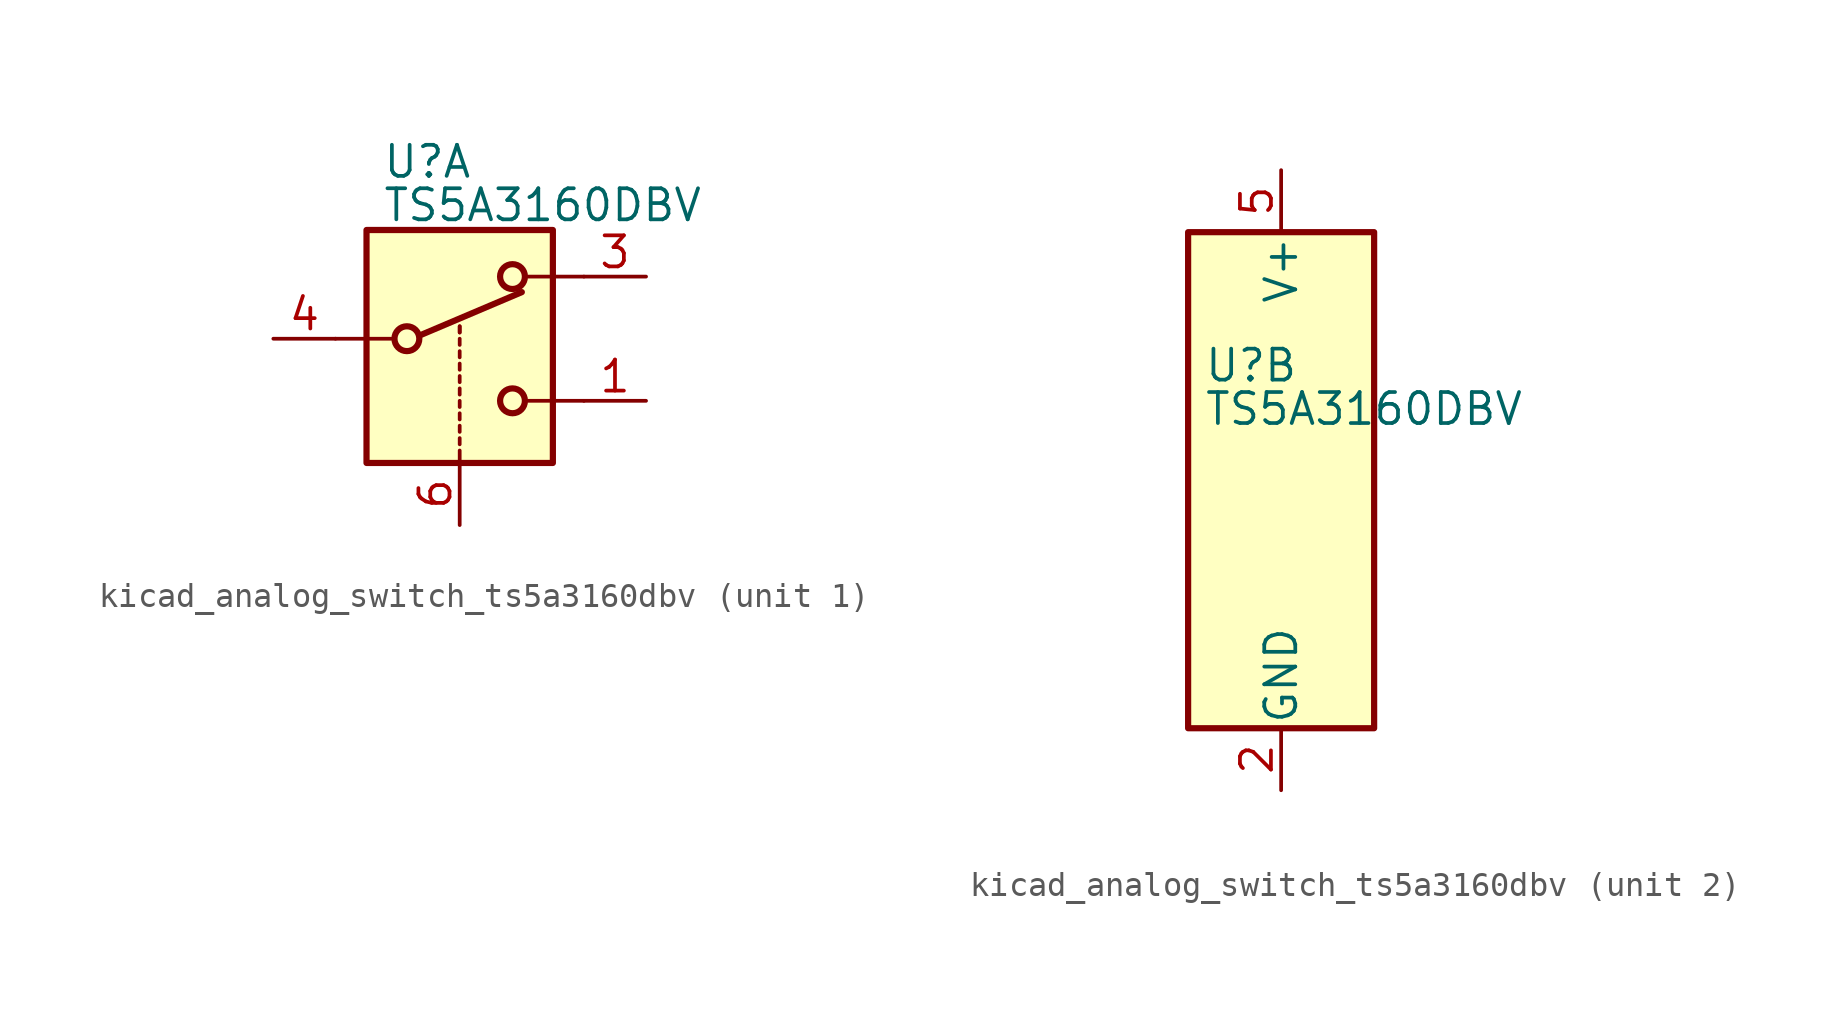
<source format=kicad_sym>
(kicad_symbol_lib
  (version 20220914)
  (generator kicad_symbol_editor)
  (symbol "kicad_analog_switch_ts5a3160dbv"
    (pin_names
      (offset 0.127))
    (property "Reference" "U"
      (at -3.175 4.699 0)
      (effects (font (size 1.27 1.27)) (justify left)))
    (property "Value" "TS5A3160DBV"
      (at -3.175 2.921 0)
      (effects (font (size 1.27 1.27)) (justify left)))
    (symbol "kicad_analog_switch_ts5a3160dbv_1_1"
      (rectangle (start -3.81 1.905) (end 3.81 -7.62) (stroke (width 0.254) (type default)) (fill (type background)))
      (circle (center -2.159 -2.54) (radius 0.508) (stroke (width 0.254) (type default)) (fill (type none)))
      (polyline (pts (xy -5.08 -2.54) (xy -2.794 -2.54)) (stroke (width 0) (type default)) (fill (type none)))
      (polyline (pts (xy -1.651 -2.413) (xy 2.54 -0.635)) (stroke (width 0.254) (type default)) (fill (type none)))
      (polyline (pts (xy 0 -7.62) (xy 0 -7.112)) (stroke (width 0) (type default)) (fill (type none)))
      (polyline (pts (xy 0 -6.858) (xy 0 -6.604)) (stroke (width 0) (type default)) (fill (type none)))
      (polyline (pts (xy 0 -6.35) (xy 0 -6.096)) (stroke (width 0) (type default)) (fill (type none)))
      (polyline (pts (xy 0 -5.842) (xy 0 -5.588)) (stroke (width 0) (type default)) (fill (type none)))
      (polyline (pts (xy 0 -5.334) (xy 0 -5.08)) (stroke (width 0) (type default)) (fill (type none)))
      (polyline (pts (xy 0 -4.826) (xy 0 -4.572)) (stroke (width 0) (type default)) (fill (type none)))
      (polyline (pts (xy 0 -4.318) (xy 0 -4.064)) (stroke (width 0) (type default)) (fill (type none)))
      (polyline (pts (xy 0 -3.81) (xy 0 -3.556)) (stroke (width 0) (type default)) (fill (type none)))
      (polyline (pts (xy 0 -3.302) (xy 0 -3.048)) (stroke (width 0) (type default)) (fill (type none)))
      (polyline (pts (xy 0 -2.794) (xy 0 -2.54)) (stroke (width 0) (type default)) (fill (type none)))
      (polyline (pts (xy 0 -2.286) (xy 0 -2.032)) (stroke (width 0) (type default)) (fill (type none)))
      (polyline (pts (xy 0 -2.286) (xy 0 -2.032)) (stroke (width 0) (type default)) (fill (type none)))
      (polyline (pts (xy 5.08 -5.08) (xy 2.794 -5.08)) (stroke (width 0) (type default)) (fill (type none)))
      (polyline (pts (xy 5.08 0) (xy 2.794 0)) (stroke (width 0) (type default)) (fill (type none)))
      (circle (center 2.159 -5.08) (radius 0.508) (stroke (width 0.254) (type default)) (fill (type none)))
      (circle (center 2.159 0) (radius 0.508) (stroke (width 0.254) (type default)) (fill (type none)))
      (pin passive line (at 7.62 -5.08 180) (length 2.54) (name "~" (effects (font (size 1.27 1.27)))) (number "1" (effects (font (size 1.27 1.27)))))
      (pin passive line (at 7.62 0 180) (length 2.54) (name "~" (effects (font (size 1.27 1.27)))) (number "3" (effects (font (size 1.27 1.27)))))
      (pin passive line (at -7.62 -2.54 0) (length 2.54) (name "~" (effects (font (size 1.27 1.27)))) (number "4" (effects (font (size 1.27 1.27)))))
      (pin input line (at 0 -10.16 90) (length 2.54) (name "~" (effects (font (size 1.27 1.27)))) (number "6" (effects (font (size 1.27 1.27))))))
    (symbol "kicad_analog_switch_ts5a3160dbv_2_0"
      (pin power_in line (at 0 -12.7 90) (length 2.54) (name "GND" (effects (font (size 1.27 1.27)))) (number "2" (effects (font (size 1.27 1.27)))))
      (pin power_in line (at 0 12.7 270) (length 2.54) (name "V+" (effects (font (size 1.27 1.27)))) (number "5" (effects (font (size 1.27 1.27))))))
    (symbol "kicad_analog_switch_ts5a3160dbv_2_1"
      (rectangle (start -3.81 10.16) (end 3.81 -10.16) (stroke (width 0.254) (type default)) (fill (type background))))))
</source>
